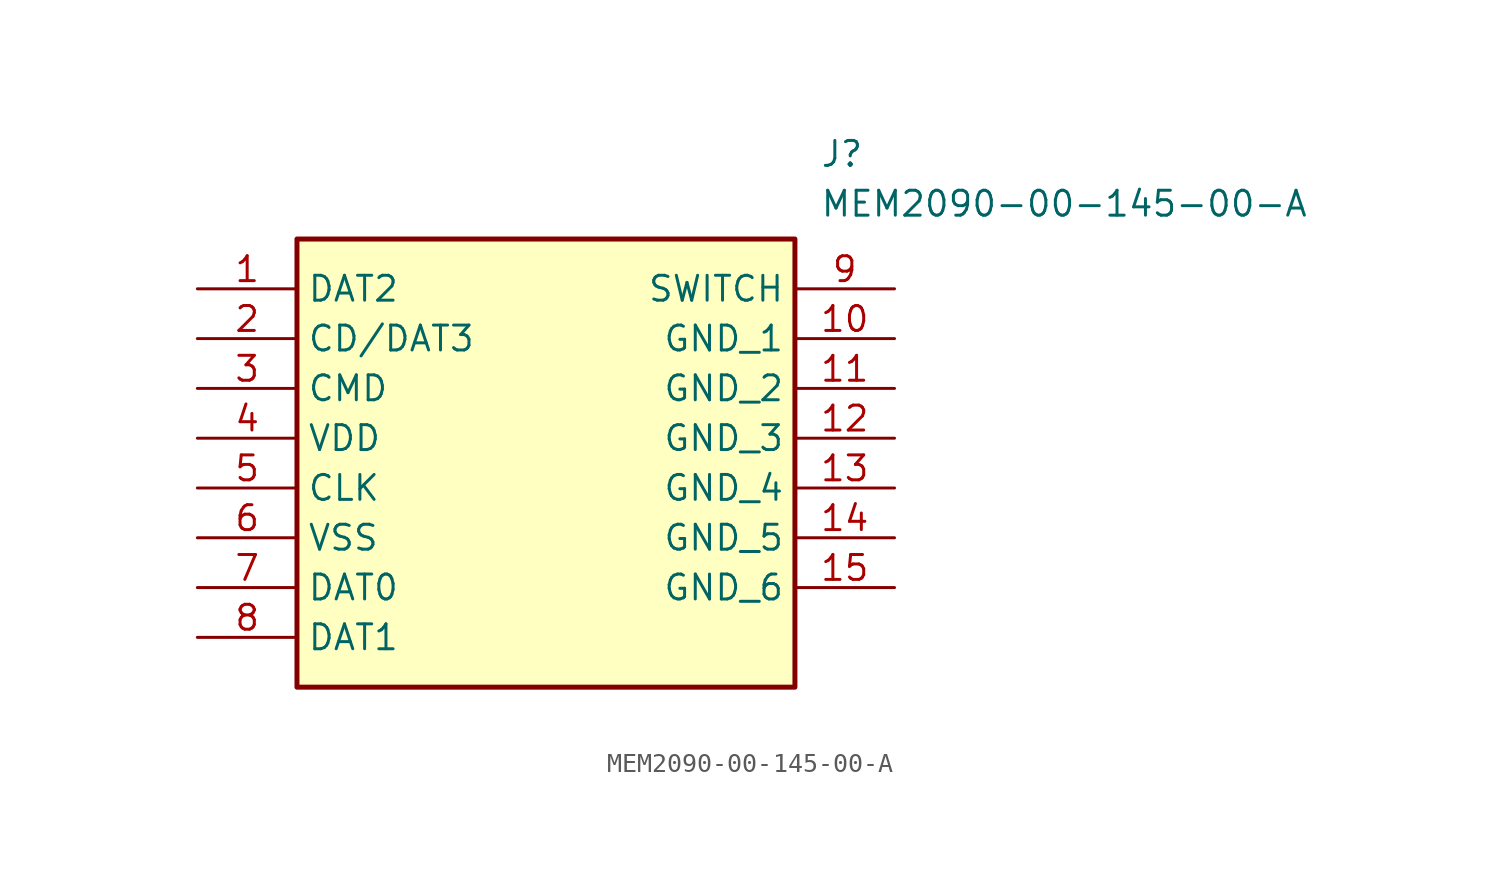
<source format=kicad_sym>
(kicad_symbol_lib
  (version 20211014)
  (generator SamacSys_ECAD_Model)
  (symbol "MEM2090-00-145-00-A"
    (property "Reference" "J"
      (at 31.75 7.62 0)
      (effects (font (size 1.27 1.27)) (justify left top)))
    (property "Value" "MEM2090-00-145-00-A"
      (at 31.75 5.08 0)
      (effects (font (size 1.27 1.27)) (justify left top)))
    (rectangle
      (start 5.08 2.54)
      (end 30.48 -20.32)
      (stroke (width 0.254) (type default))
      (fill (type background)))
    (pin passive line
      (at 0 0 0)
      (length 5.08)
      (name "DAT2" (effects (font (size 1.27 1.27))))
      (number "1" (effects (font (size 1.27 1.27)))))
    (pin passive line
      (at 0 -2.54 0)
      (length 5.08)
      (name "CD/DAT3" (effects (font (size 1.27 1.27))))
      (number "2" (effects (font (size 1.27 1.27)))))
    (pin passive line
      (at 0 -5.08 0)
      (length 5.08)
      (name "CMD" (effects (font (size 1.27 1.27))))
      (number "3" (effects (font (size 1.27 1.27)))))
    (pin passive line
      (at 0 -7.62 0)
      (length 5.08)
      (name "VDD" (effects (font (size 1.27 1.27))))
      (number "4" (effects (font (size 1.27 1.27)))))
    (pin passive line
      (at 0 -10.16 0)
      (length 5.08)
      (name "CLK" (effects (font (size 1.27 1.27))))
      (number "5" (effects (font (size 1.27 1.27)))))
    (pin passive line
      (at 0 -12.7 0)
      (length 5.08)
      (name "VSS" (effects (font (size 1.27 1.27))))
      (number "6" (effects (font (size 1.27 1.27)))))
    (pin passive line
      (at 0 -15.24 0)
      (length 5.08)
      (name "DAT0" (effects (font (size 1.27 1.27))))
      (number "7" (effects (font (size 1.27 1.27)))))
    (pin passive line
      (at 0 -17.78 0)
      (length 5.08)
      (name "DAT1" (effects (font (size 1.27 1.27))))
      (number "8" (effects (font (size 1.27 1.27)))))
    (pin passive line
      (at 35.56 0 180)
      (length 5.08)
      (name "SWITCH" (effects (font (size 1.27 1.27))))
      (number "9" (effects (font (size 1.27 1.27)))))
    (pin passive line
      (at 35.56 -2.54 180)
      (length 5.08)
      (name "GND_1" (effects (font (size 1.27 1.27))))
      (number "10" (effects (font (size 1.27 1.27)))))
    (pin passive line
      (at 35.56 -5.08 180)
      (length 5.08)
      (name "GND_2" (effects (font (size 1.27 1.27))))
      (number "11" (effects (font (size 1.27 1.27)))))
    (pin passive line
      (at 35.56 -7.62 180)
      (length 5.08)
      (name "GND_3" (effects (font (size 1.27 1.27))))
      (number "12" (effects (font (size 1.27 1.27)))))
    (pin passive line
      (at 35.56 -10.16 180)
      (length 5.08)
      (name "GND_4" (effects (font (size 1.27 1.27))))
      (number "13" (effects (font (size 1.27 1.27)))))
    (pin passive line
      (at 35.56 -12.7 180)
      (length 5.08)
      (name "GND_5" (effects (font (size 1.27 1.27))))
      (number "14" (effects (font (size 1.27 1.27)))))
    (pin passive line
      (at 35.56 -15.24 180)
      (length 5.08)
      (name "GND_6" (effects (font (size 1.27 1.27))))
      (number "15" (effects (font (size 1.27 1.27)))))))
</source>
